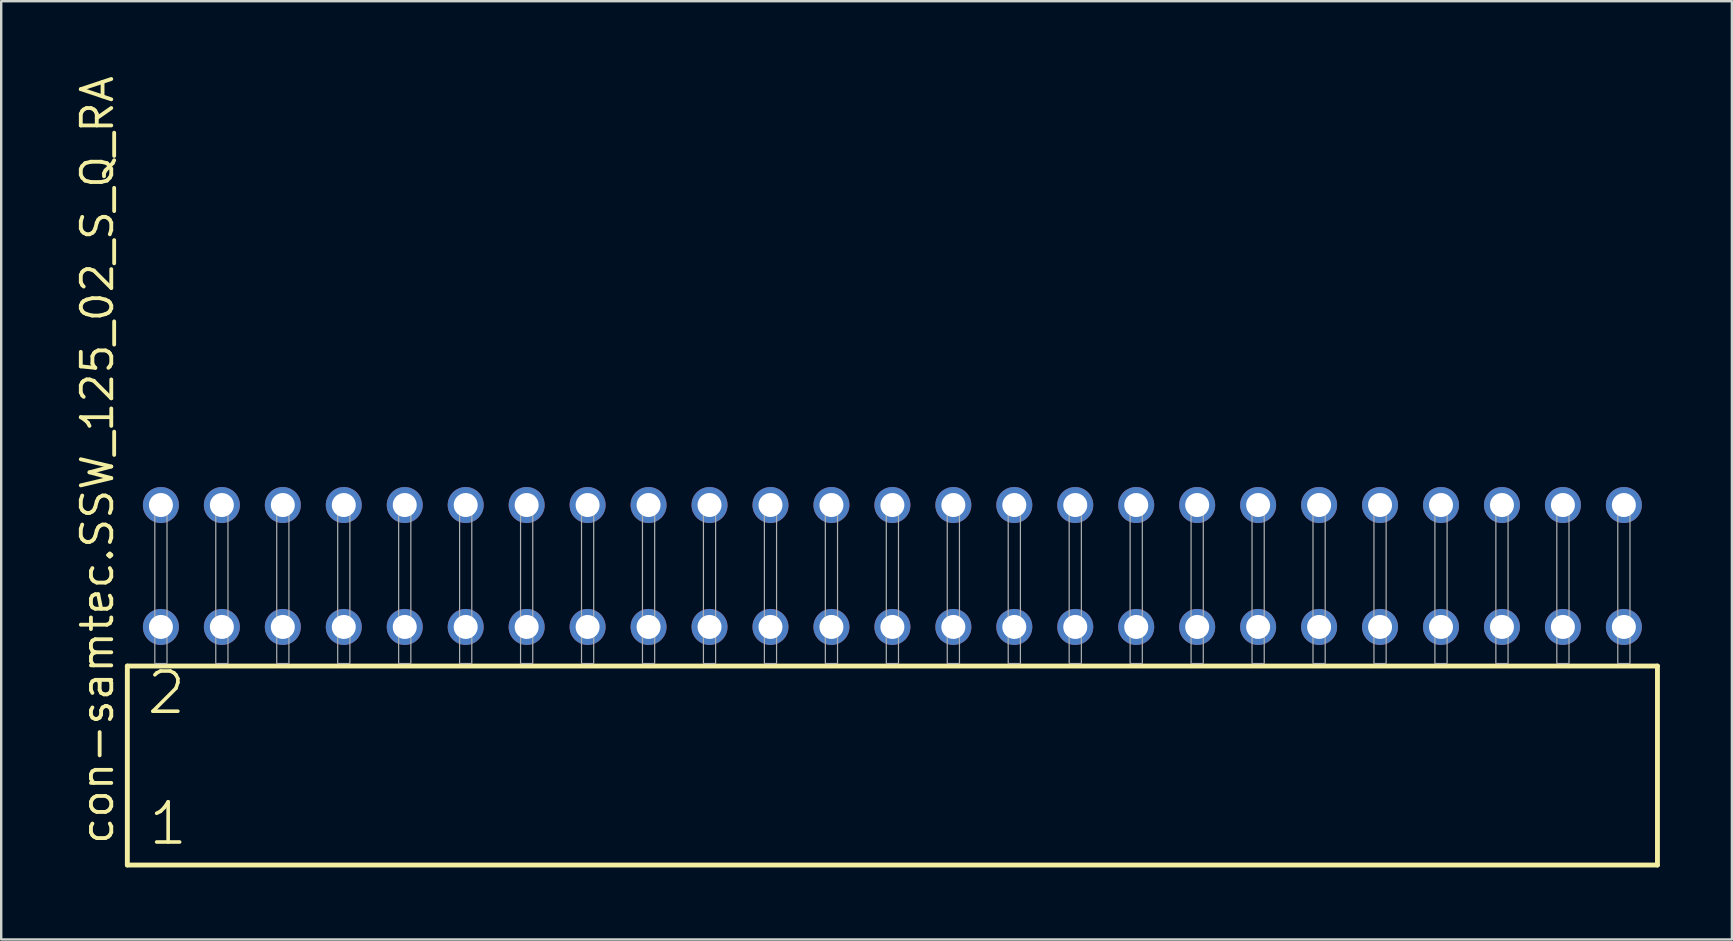
<source format=kicad_pcb>
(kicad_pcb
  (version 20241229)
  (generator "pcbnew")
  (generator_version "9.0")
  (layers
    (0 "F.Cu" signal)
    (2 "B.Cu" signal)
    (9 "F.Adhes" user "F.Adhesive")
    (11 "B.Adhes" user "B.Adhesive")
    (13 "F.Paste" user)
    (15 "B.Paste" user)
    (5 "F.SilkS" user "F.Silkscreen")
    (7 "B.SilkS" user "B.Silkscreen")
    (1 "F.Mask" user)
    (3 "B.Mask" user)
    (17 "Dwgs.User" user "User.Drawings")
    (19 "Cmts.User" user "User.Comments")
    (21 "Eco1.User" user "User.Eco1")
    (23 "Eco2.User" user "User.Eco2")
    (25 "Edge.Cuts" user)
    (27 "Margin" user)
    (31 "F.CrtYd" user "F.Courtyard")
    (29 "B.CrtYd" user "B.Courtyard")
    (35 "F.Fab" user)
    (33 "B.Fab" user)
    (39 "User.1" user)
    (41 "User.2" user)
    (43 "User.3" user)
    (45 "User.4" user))
  (footprint "con-samtec.SSW_125_02_S_Q_RA"
    (layer "F.Cu")
    (at 34.135 24.598)
    (property "Reference" "con-samtec.SSW_125_02_S_Q_RA" (at -32.385 7.62 90) (layer "F.SilkS") (effects (font (size 1.27 1.27) (thickness 0.16)) (justify left bottom)))
    (attr through_hole)
    (fp_line (start -31.879 0.106) (end -31.879 8.396) (stroke (width 0.203) (type default)) (layer "F.SilkS"))
    (fp_line (start -31.879 8.396) (end 31.879 8.396) (stroke (width 0.203) (type default)) (layer "F.SilkS"))
    (fp_line (start 31.879 0.106) (end -31.879 0.106) (stroke (width 0.203) (type default)) (layer "F.SilkS"))
    (fp_line (start 31.879 8.396) (end 31.879 0.106) (stroke (width 0.203) (type default)) (layer "F.SilkS"))
    (fp_rect (start -30.734 0) (end -30.226 -6.858) (stroke (width 0.05) (type default)) (fill no) (layer "F.Fab"))
    (fp_rect (start -28.194 0) (end -27.686 -6.858) (stroke (width 0.05) (type default)) (fill no) (layer "F.Fab"))
    (fp_rect (start -25.654 0) (end -25.146 -6.858) (stroke (width 0.05) (type default)) (fill no) (layer "F.Fab"))
    (fp_rect (start -23.114 0) (end -22.606 -6.858) (stroke (width 0.05) (type default)) (fill no) (layer "F.Fab"))
    (fp_rect (start -20.574 0) (end -20.066 -6.858) (stroke (width 0.05) (type default)) (fill no) (layer "F.Fab"))
    (fp_rect (start -18.034 0) (end -17.526 -6.858) (stroke (width 0.05) (type default)) (fill no) (layer "F.Fab"))
    (fp_rect (start -15.494 0) (end -14.986 -6.858) (stroke (width 0.05) (type default)) (fill no) (layer "F.Fab"))
    (fp_rect (start -12.954 0) (end -12.446 -6.858) (stroke (width 0.05) (type default)) (fill no) (layer "F.Fab"))
    (fp_rect (start -10.414 0) (end -9.906 -6.858) (stroke (width 0.05) (type default)) (fill no) (layer "F.Fab"))
    (fp_rect (start -7.874 0) (end -7.366 -6.858) (stroke (width 0.05) (type default)) (fill no) (layer "F.Fab"))
    (fp_rect (start -5.334 0) (end -4.826 -6.858) (stroke (width 0.05) (type default)) (fill no) (layer "F.Fab"))
    (fp_rect (start -2.794 0) (end -2.286 -6.858) (stroke (width 0.05) (type default)) (fill no) (layer "F.Fab"))
    (fp_rect (start -0.254 0) (end 0.254 -6.858) (stroke (width 0.05) (type default)) (fill no) (layer "F.Fab"))
    (fp_rect (start 2.286 0) (end 2.794 -6.858) (stroke (width 0.05) (type default)) (fill no) (layer "F.Fab"))
    (fp_rect (start 4.826 0) (end 5.334 -6.858) (stroke (width 0.05) (type default)) (fill no) (layer "F.Fab"))
    (fp_rect (start 7.366 0) (end 7.874 -6.858) (stroke (width 0.05) (type default)) (fill no) (layer "F.Fab"))
    (fp_rect (start 9.906 0) (end 10.414 -6.858) (stroke (width 0.05) (type default)) (fill no) (layer "F.Fab"))
    (fp_rect (start 12.446 0) (end 12.954 -6.858) (stroke (width 0.05) (type default)) (fill no) (layer "F.Fab"))
    (fp_rect (start 14.986 0) (end 15.494 -6.858) (stroke (width 0.05) (type default)) (fill no) (layer "F.Fab"))
    (fp_rect (start 17.526 0) (end 18.034 -6.858) (stroke (width 0.05) (type default)) (fill no) (layer "F.Fab"))
    (fp_rect (start 20.066 0) (end 20.574 -6.858) (stroke (width 0.05) (type default)) (fill no) (layer "F.Fab"))
    (fp_rect (start 22.606 0) (end 23.114 -6.858) (stroke (width 0.05) (type default)) (fill no) (layer "F.Fab"))
    (fp_rect (start 25.146 0) (end 25.654 -6.858) (stroke (width 0.05) (type default)) (fill no) (layer "F.Fab"))
    (fp_rect (start 27.686 0) (end 28.194 -6.858) (stroke (width 0.05) (type default)) (fill no) (layer "F.Fab"))
    (fp_rect (start 30.226 0) (end 30.734 -6.858) (stroke (width 0.05) (type default)) (fill no) (layer "F.Fab"))
    (fp_text user "2" (at -31.15 2.2 0) (layer "F.SilkS") (effects (font (size 1.676 1.676) (thickness 0.15)) (justify left bottom)))
    (fp_text user "1" (at -31.075 7.65 0) (layer "F.SilkS") (effects (font (size 1.676 1.676) (thickness 0.15)) (justify left bottom)))
    (pad "1" thru_hole circle (at -30.48 -1.524) (size 1.5 1.5) (drill 1) (layers "*.Cu" "*.Mask"))
    (pad "2" thru_hole circle (at -30.48 -6.604) (size 1.5 1.5) (drill 1) (layers "*.Cu" "*.Mask"))
    (pad "3" thru_hole circle (at -27.94 -1.524) (size 1.5 1.5) (drill 1) (layers "*.Cu" "*.Mask"))
    (pad "4" thru_hole circle (at -27.94 -6.604) (size 1.5 1.5) (drill 1) (layers "*.Cu" "*.Mask"))
    (pad "5" thru_hole circle (at -25.4 -1.524) (size 1.5 1.5) (drill 1) (layers "*.Cu" "*.Mask"))
    (pad "6" thru_hole circle (at -25.4 -6.604) (size 1.5 1.5) (drill 1) (layers "*.Cu" "*.Mask"))
    (pad "7" thru_hole circle (at -22.86 -1.524) (size 1.5 1.5) (drill 1) (layers "*.Cu" "*.Mask"))
    (pad "8" thru_hole circle (at -22.86 -6.604) (size 1.5 1.5) (drill 1) (layers "*.Cu" "*.Mask"))
    (pad "9" thru_hole circle (at -20.32 -1.524) (size 1.5 1.5) (drill 1) (layers "*.Cu" "*.Mask"))
    (pad "10" thru_hole circle (at -20.32 -6.604) (size 1.5 1.5) (drill 1) (layers "*.Cu" "*.Mask"))
    (pad "11" thru_hole circle (at -17.78 -1.524) (size 1.5 1.5) (drill 1) (layers "*.Cu" "*.Mask"))
    (pad "12" thru_hole circle (at -17.78 -6.604) (size 1.5 1.5) (drill 1) (layers "*.Cu" "*.Mask"))
    (pad "13" thru_hole circle (at -15.24 -1.524) (size 1.5 1.5) (drill 1) (layers "*.Cu" "*.Mask"))
    (pad "14" thru_hole circle (at -15.24 -6.604) (size 1.5 1.5) (drill 1) (layers "*.Cu" "*.Mask"))
    (pad "15" thru_hole circle (at -12.7 -1.524) (size 1.5 1.5) (drill 1) (layers "*.Cu" "*.Mask"))
    (pad "16" thru_hole circle (at -12.7 -6.604) (size 1.5 1.5) (drill 1) (layers "*.Cu" "*.Mask"))
    (pad "17" thru_hole circle (at -10.16 -1.524) (size 1.5 1.5) (drill 1) (layers "*.Cu" "*.Mask"))
    (pad "18" thru_hole circle (at -10.16 -6.604) (size 1.5 1.5) (drill 1) (layers "*.Cu" "*.Mask"))
    (pad "19" thru_hole circle (at -7.62 -1.524) (size 1.5 1.5) (drill 1) (layers "*.Cu" "*.Mask"))
    (pad "20" thru_hole circle (at -7.62 -6.604) (size 1.5 1.5) (drill 1) (layers "*.Cu" "*.Mask"))
    (pad "21" thru_hole circle (at -5.08 -1.524) (size 1.5 1.5) (drill 1) (layers "*.Cu" "*.Mask"))
    (pad "22" thru_hole circle (at -5.08 -6.604) (size 1.5 1.5) (drill 1) (layers "*.Cu" "*.Mask"))
    (pad "23" thru_hole circle (at -2.54 -1.524) (size 1.5 1.5) (drill 1) (layers "*.Cu" "*.Mask"))
    (pad "24" thru_hole circle (at -2.54 -6.604) (size 1.5 1.5) (drill 1) (layers "*.Cu" "*.Mask"))
    (pad "25" thru_hole circle (at 0 -1.524) (size 1.5 1.5) (drill 1) (layers "*.Cu" "*.Mask"))
    (pad "26" thru_hole circle (at 0 -6.604) (size 1.5 1.5) (drill 1) (layers "*.Cu" "*.Mask"))
    (pad "27" thru_hole circle (at 2.54 -1.524) (size 1.5 1.5) (drill 1) (layers "*.Cu" "*.Mask"))
    (pad "28" thru_hole circle (at 2.54 -6.604) (size 1.5 1.5) (drill 1) (layers "*.Cu" "*.Mask"))
    (pad "29" thru_hole circle (at 5.08 -1.524) (size 1.5 1.5) (drill 1) (layers "*.Cu" "*.Mask"))
    (pad "30" thru_hole circle (at 5.08 -6.604) (size 1.5 1.5) (drill 1) (layers "*.Cu" "*.Mask"))
    (pad "31" thru_hole circle (at 7.62 -1.524) (size 1.5 1.5) (drill 1) (layers "*.Cu" "*.Mask"))
    (pad "32" thru_hole circle (at 7.62 -6.604) (size 1.5 1.5) (drill 1) (layers "*.Cu" "*.Mask"))
    (pad "33" thru_hole circle (at 10.16 -1.524) (size 1.5 1.5) (drill 1) (layers "*.Cu" "*.Mask"))
    (pad "34" thru_hole circle (at 10.16 -6.604) (size 1.5 1.5) (drill 1) (layers "*.Cu" "*.Mask"))
    (pad "35" thru_hole circle (at 12.7 -1.524) (size 1.5 1.5) (drill 1) (layers "*.Cu" "*.Mask"))
    (pad "36" thru_hole circle (at 12.7 -6.604) (size 1.5 1.5) (drill 1) (layers "*.Cu" "*.Mask"))
    (pad "37" thru_hole circle (at 15.24 -1.524) (size 1.5 1.5) (drill 1) (layers "*.Cu" "*.Mask"))
    (pad "38" thru_hole circle (at 15.24 -6.604) (size 1.5 1.5) (drill 1) (layers "*.Cu" "*.Mask"))
    (pad "39" thru_hole circle (at 17.78 -1.524) (size 1.5 1.5) (drill 1) (layers "*.Cu" "*.Mask"))
    (pad "40" thru_hole circle (at 17.78 -6.604) (size 1.5 1.5) (drill 1) (layers "*.Cu" "*.Mask"))
    (pad "41" thru_hole circle (at 20.32 -1.524) (size 1.5 1.5) (drill 1) (layers "*.Cu" "*.Mask"))
    (pad "42" thru_hole circle (at 20.32 -6.604) (size 1.5 1.5) (drill 1) (layers "*.Cu" "*.Mask"))
    (pad "43" thru_hole circle (at 22.86 -1.524) (size 1.5 1.5) (drill 1) (layers "*.Cu" "*.Mask"))
    (pad "44" thru_hole circle (at 22.86 -6.604) (size 1.5 1.5) (drill 1) (layers "*.Cu" "*.Mask"))
    (pad "45" thru_hole circle (at 25.4 -1.524) (size 1.5 1.5) (drill 1) (layers "*.Cu" "*.Mask"))
    (pad "46" thru_hole circle (at 25.4 -6.604) (size 1.5 1.5) (drill 1) (layers "*.Cu" "*.Mask"))
    (pad "47" thru_hole circle (at 27.94 -1.524) (size 1.5 1.5) (drill 1) (layers "*.Cu" "*.Mask"))
    (pad "48" thru_hole circle (at 27.94 -6.604) (size 1.5 1.5) (drill 1) (layers "*.Cu" "*.Mask"))
    (pad "49" thru_hole circle (at 30.48 -1.524) (size 1.5 1.5) (drill 1) (layers "*.Cu" "*.Mask"))
    (pad "50" thru_hole circle (at 30.48 -6.604) (size 1.5 1.5) (drill 1) (layers "*.Cu" "*.Mask")))
  (gr_rect
    (start -3 -3)
    (end 69.116 36.096)
    (stroke (width 0.1) (type default))
    (fill no)
    (layer "Edge.Cuts")))
</source>
